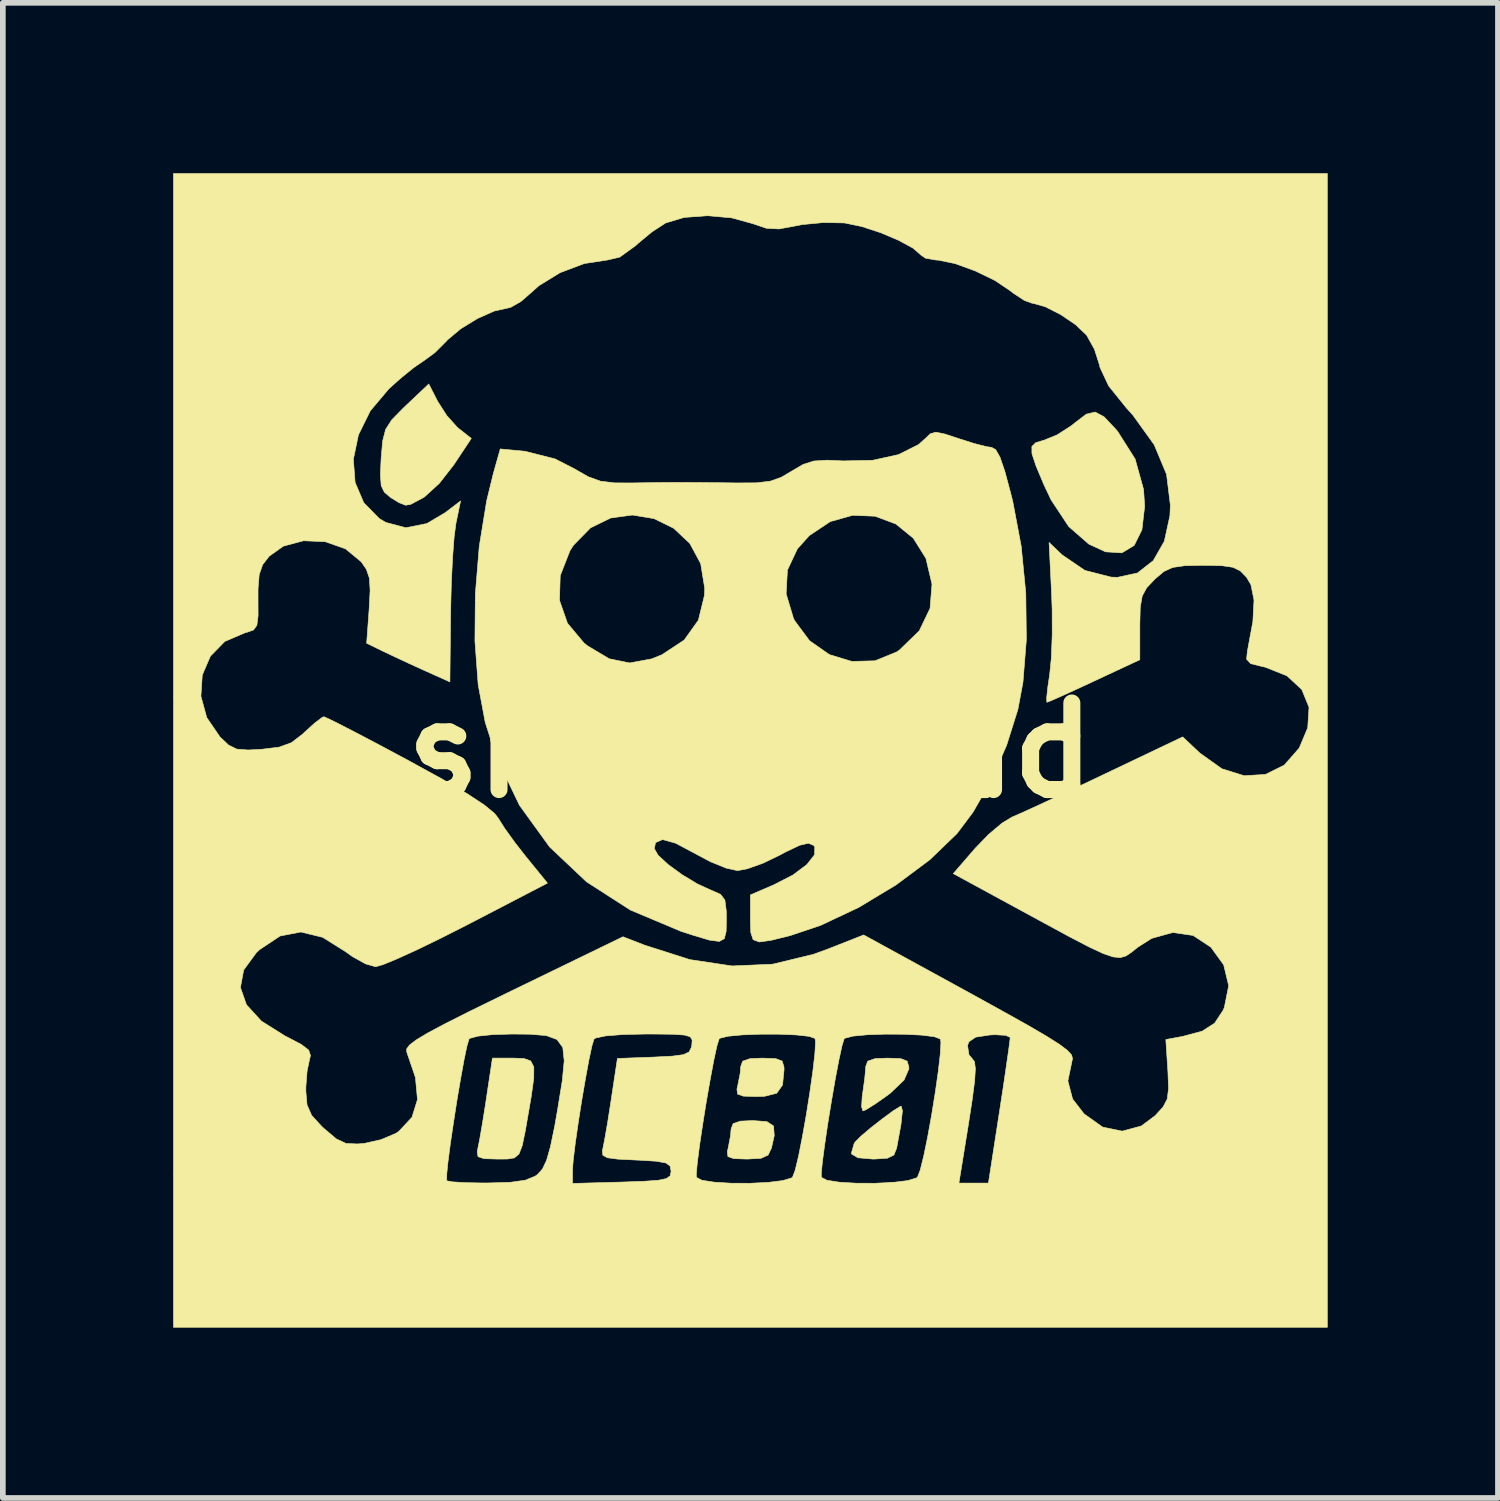
<source format=kicad_pcb>
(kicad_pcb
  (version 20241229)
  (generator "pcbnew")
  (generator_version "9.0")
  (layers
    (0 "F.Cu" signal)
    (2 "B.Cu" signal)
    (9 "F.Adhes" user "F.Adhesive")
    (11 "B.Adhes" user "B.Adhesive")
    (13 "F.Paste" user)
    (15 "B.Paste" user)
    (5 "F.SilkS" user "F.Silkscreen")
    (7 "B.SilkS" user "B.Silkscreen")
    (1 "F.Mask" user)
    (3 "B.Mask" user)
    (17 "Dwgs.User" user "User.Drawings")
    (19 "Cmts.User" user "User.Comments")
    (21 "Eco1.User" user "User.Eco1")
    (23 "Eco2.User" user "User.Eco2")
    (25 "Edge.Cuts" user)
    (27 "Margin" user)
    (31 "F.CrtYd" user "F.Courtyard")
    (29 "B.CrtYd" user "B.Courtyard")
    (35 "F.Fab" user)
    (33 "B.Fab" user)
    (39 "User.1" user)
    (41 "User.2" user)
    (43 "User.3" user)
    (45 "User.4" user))
  (footprint "sheephead"
    (layer "F.Cu")
    (at 10.165 10.165)
    (property "Reference" "sheephead" (at 0 0 0) (layer "F.SilkS") (effects (font (size 1.524 1.524) (thickness 0.3))))
    (attr through_hole)
    (fp_poly (pts (xy 0.29 6.537) (xy 0.408 6.614) (xy 0.42 6.785) (xy 0.37 7.006) (xy 0.312 7.126) (xy 0.188 7.183) (xy -0.051 7.197) (xy -0.062 7.197) (xy -0.294 7.189) (xy -0.396 7.153) (xy -0.406 7.064) (xy -0.392 7.006) (xy -0.35 6.786) (xy -0.34 6.668) (xy -0.305 6.573) (xy -0.177 6.529) (xy 0.042 6.519) (xy 0.29 6.537)) (stroke (width 0.01) (type solid)) (fill yes) (layer "F.SilkS"))
    (fp_poly (pts (xy 0.447 5.428) (xy 0.559 5.471) (xy 0.591 5.573) (xy 0.593 5.623) (xy 0.566 5.893) (xy 0.463 6.038) (xy 0.248 6.092) (xy 0.108 6.096) (xy -0.124 6.089) (xy -0.226 6.052) (xy -0.237 5.964) (xy -0.223 5.905) (xy -0.18 5.686) (xy -0.17 5.567) (xy -0.136 5.473) (xy -0.007 5.428) (xy 0.212 5.419) (xy 0.447 5.428)) (stroke (width 0.01) (type solid)) (fill yes) (layer "F.SilkS"))
    (fp_poly (pts (xy 2.649 5.428) (xy 2.76 5.472) (xy 2.79 5.572) (xy 2.791 5.609) (xy 2.707 5.804) (xy 2.466 6.035) (xy 2.413 6.075) (xy 2.197 6.227) (xy 2.036 6.327) (xy 1.982 6.35) (xy 1.958 6.277) (xy 1.969 6.094) (xy 1.978 6.032) (xy 2.013 5.782) (xy 2.031 5.585) (xy 2.031 5.567) (xy 2.066 5.473) (xy 2.194 5.428) (xy 2.413 5.419) (xy 2.649 5.428)) (stroke (width 0.01) (type solid)) (fill yes) (layer "F.SilkS"))
    (fp_poly (pts (xy 2.677 6.346) (xy 2.652 6.586) (xy 2.58 6.981) (xy 2.575 7.006) (xy 2.527 7.126) (xy 2.412 7.182) (xy 2.182 7.197) (xy 2.157 7.197) (xy 1.893 7.174) (xy 1.782 7.108) (xy 1.779 7.091) (xy 1.827 6.924) (xy 1.843 6.898) (xy 1.943 6.797) (xy 2.12 6.647) (xy 2.327 6.485) (xy 2.515 6.347) (xy 2.638 6.271) (xy 2.656 6.265) (xy 2.677 6.346)) (stroke (width 0.01) (type solid)) (fill yes) (layer "F.SilkS"))
    (fp_poly (pts (xy -5.506 -6.144) (xy -5.346 -5.895) (xy -5.159 -5.687) (xy -5.132 -5.665) (xy -4.915 -5.494) (xy -5.225 -5.027) (xy -5.48 -4.701) (xy -5.745 -4.46) (xy -5.986 -4.331) (xy -6.073 -4.318) (xy -6.187 -4.362) (xy -6.34 -4.456) (xy -6.447 -4.548) (xy -6.502 -4.663) (xy -6.516 -4.852) (xy -6.503 -5.144) (xy -6.476 -5.449) (xy -6.424 -5.653) (xy -6.315 -5.822) (xy -6.116 -6.025) (xy -6.066 -6.073) (xy -5.664 -6.453) (xy -5.506 -6.144)) (stroke (width 0.01) (type solid)) (fill yes) (layer "F.SilkS"))
    (fp_poly (pts (xy -3.986 5.426) (xy -3.869 5.469) (xy -3.814 5.575) (xy -3.815 5.774) (xy -3.86 6.096) (xy -3.897 6.313) (xy -3.965 6.705) (xy -4.018 6.96) (xy -4.075 7.107) (xy -4.155 7.176) (xy -4.276 7.196) (xy -4.456 7.197) (xy -4.691 7.19) (xy -4.797 7.154) (xy -4.811 7.067) (xy -4.799 7.006) (xy -4.765 6.835) (xy -4.716 6.55) (xy -4.661 6.206) (xy -4.648 6.117) (xy -4.543 5.419) (xy -4.176 5.419) (xy -3.986 5.426)) (stroke (width 0.01) (type solid)) (fill yes) (layer "F.SilkS"))
    (fp_poly (pts (xy 6.228 -5.875) (xy 6.431 -5.66) (xy 6.468 -5.617) (xy 6.775 -5.132) (xy 6.924 -4.595) (xy 6.943 -4.297) (xy 6.895 -3.885) (xy 6.759 -3.61) (xy 6.542 -3.479) (xy 6.254 -3.497) (xy 5.96 -3.633) (xy 5.606 -3.942) (xy 5.296 -4.411) (xy 5.171 -4.674) (xy 5.029 -5.012) (xy 4.958 -5.227) (xy 4.957 -5.353) (xy 5.026 -5.42) (xy 5.165 -5.461) (xy 5.168 -5.462) (xy 5.4 -5.556) (xy 5.653 -5.718) (xy 5.718 -5.771) (xy 5.915 -5.921) (xy 6.071 -5.959) (xy 6.228 -5.875)) (stroke (width 0.01) (type solid)) (fill yes) (layer "F.SilkS"))
    (fp_poly (pts (xy 3.423 -5.572) (xy 3.663 -5.493) (xy 3.936 -5.406) (xy 4.16 -5.349) (xy 4.247 -5.337) (xy 4.32 -5.297) (xy 4.395 -5.164) (xy 4.48 -4.917) (xy 4.583 -4.533) (xy 4.621 -4.381) (xy 4.769 -3.596) (xy 4.85 -2.77) (xy 4.86 -1.953) (xy 4.8 -1.2) (xy 4.711 -0.722) (xy 4.513 -0.092) (xy 4.24 0.531) (xy 3.92 1.089) (xy 3.637 1.466) (xy 3.158 1.927) (xy 2.562 2.371) (xy 1.904 2.767) (xy 1.235 3.082) (xy 0.702 3.261) (xy 0.363 3.345) (xy 0.156 3.374) (xy 0.048 3.333) (xy 0.007 3.209) (xy 0.000001 2.989) (xy 0 2.966) (xy 0 2.545) (xy 0.415 2.366) (xy 0.749 2.194) (xy 0.994 2.011) (xy 1.13 1.838) (xy 1.134 1.698) (xy 1.115 1.674) (xy 1.023 1.635) (xy 0.87 1.67) (xy 0.621 1.788) (xy 0.517 1.844) (xy 0.221 1.987) (xy -0.055 2.085) (xy -0.227 2.117) (xy -0.427 2.073) (xy -0.705 1.96) (xy -0.973 1.817) (xy -1.317 1.634) (xy -1.548 1.57) (xy -1.67 1.624) (xy -1.693 1.729) (xy -1.625 1.847) (xy -1.447 2.011) (xy -1.203 2.189) (xy -0.934 2.351) (xy -0.684 2.466) (xy -0.676 2.468) (xy -0.524 2.536) (xy -0.449 2.637) (xy -0.425 2.824) (xy -0.423 2.972) (xy -0.427 3.187) (xy -0.459 3.315) (xy -0.547 3.364) (xy -0.722 3.341) (xy -1.013 3.254) (xy -1.228 3.184) (xy -2.114 2.811) (xy -2.885 2.315) (xy -3.537 1.699) (xy -4.067 0.966) (xy -4.473 0.12) (xy -4.67 -0.495) (xy -4.794 -1.156) (xy -4.851 -1.924) (xy -4.845 -2.642) (xy -3.362 -2.642) (xy -3.221 -2.238) (xy -2.931 -1.892) (xy -2.866 -1.84) (xy -2.487 -1.614) (xy -2.126 -1.54) (xy -1.739 -1.612) (xy -1.558 -1.685) (xy -1.166 -1.943) (xy -0.916 -2.293) (xy -0.808 -2.734) (xy -0.808 -2.758) (xy 0.629 -2.758) (xy 0.759 -2.324) (xy 0.778 -2.286) (xy 1.042 -1.931) (xy 1.391 -1.687) (xy 1.787 -1.567) (xy 2.195 -1.578) (xy 2.576 -1.734) (xy 2.625 -1.767) (xy 2.974 -2.106) (xy 3.164 -2.502) (xy 3.198 -2.929) (xy 3.091 -3.382) (xy 2.869 -3.737) (xy 2.562 -3.987) (xy 2.196 -4.124) (xy 1.801 -4.14) (xy 1.405 -4.029) (xy 1.037 -3.783) (xy 0.827 -3.549) (xy 0.652 -3.176) (xy 0.629 -2.758) (xy -0.808 -2.758) (xy -0.804 -2.851) (xy -0.875 -3.289) (xy -1.067 -3.645) (xy -1.351 -3.912) (xy -1.698 -4.082) (xy -2.077 -4.145) (xy -2.46 -4.093) (xy -2.816 -3.919) (xy -3.115 -3.614) (xy -3.178 -3.516) (xy -3.349 -3.078) (xy -3.362 -2.642) (xy -4.845 -2.642) (xy -4.844 -2.752) (xy -4.775 -3.593) (xy -4.644 -4.398) (xy -4.527 -4.877) (xy -4.405 -5.309) (xy -3.967 -5.267) (xy -3.441 -5.134) (xy -3.105 -4.962) (xy -2.855 -4.819) (xy -2.639 -4.741) (xy -2.388 -4.711) (xy -2.082 -4.71) (xy -1.637 -4.717) (xy -1.264 -4.72) (xy -0.891 -4.718) (xy -0.448 -4.713) (xy -0.248 -4.71) (xy 0.106 -4.712) (xy 0.35 -4.741) (xy 0.544 -4.81) (xy 0.726 -4.917) (xy 0.928 -5.036) (xy 1.116 -5.096) (xy 1.353 -5.111) (xy 1.634 -5.098) (xy 2.153 -5.109) (xy 2.608 -5.209) (xy 2.961 -5.386) (xy 3.081 -5.493) (xy 3.17 -5.577) (xy 3.267 -5.604) (xy 3.423 -5.572)) (stroke (width 0.01) (type solid)) (fill yes) (layer "F.SilkS"))
    (fp_poly (pts (xy 10.16 10.16) (xy -10.16 10.16) (xy -10.16 7.626) (xy -3.133 7.626) (xy -2.265 7.602) (xy -1.873 7.588) (xy -1.621 7.57) (xy -1.478 7.54) (xy -1.413 7.492) (xy -1.406 7.459) (xy -0.953 7.459) (xy -0.951 7.519) (xy -0.854 7.57) (xy -0.635 7.604) (xy -0.337 7.622) (xy -0.007 7.623) (xy 0.31 7.608) (xy 0.569 7.576) (xy 0.725 7.529) (xy 0.743 7.514) (xy 0.764 7.459) (xy 1.248 7.459) (xy 1.251 7.519) (xy 1.347 7.57) (xy 1.566 7.604) (xy 1.864 7.622) (xy 2.194 7.623) (xy 2.252 7.62) (xy 3.672 7.62) (xy 4.192 7.62) (xy 4.385 6.371) (xy 4.453 5.929) (xy 4.509 5.546) (xy 4.551 5.254) (xy 4.573 5.083) (xy 4.575 5.054) (xy 4.498 5.018) (xy 4.308 5.007) (xy 4.213 5.012) (xy 3.967 5.05) (xy 3.848 5.131) (xy 3.824 5.197) (xy 3.849 5.362) (xy 3.904 5.425) (xy 3.947 5.483) (xy 3.962 5.606) (xy 3.949 5.821) (xy 3.906 6.152) (xy 3.844 6.557) (xy 3.672 7.62) (xy 2.252 7.62) (xy 2.511 7.608) (xy 2.77 7.576) (xy 2.925 7.529) (xy 2.943 7.514) (xy 2.991 7.39) (xy 3.053 7.141) (xy 3.122 6.804) (xy 3.192 6.418) (xy 3.256 6.02) (xy 3.309 5.65) (xy 3.344 5.344) (xy 3.355 5.141) (xy 3.346 5.083) (xy 3.24 5.042) (xy 3.012 5.014) (xy 2.708 4.999) (xy 2.375 4.997) (xy 2.059 5.008) (xy 1.806 5.032) (xy 1.664 5.069) (xy 1.65 5.081) (xy 1.613 5.202) (xy 1.559 5.45) (xy 1.495 5.786) (xy 1.428 6.173) (xy 1.363 6.572) (xy 1.308 6.945) (xy 1.267 7.253) (xy 1.248 7.459) (xy 0.764 7.459) (xy 0.788 7.394) (xy 0.848 7.147) (xy 0.914 6.812) (xy 0.983 6.426) (xy 1.046 6.028) (xy 1.099 5.655) (xy 1.135 5.346) (xy 1.147 5.138) (xy 1.139 5.073) (xy 1.035 5.036) (xy 0.809 5.011) (xy 0.506 4.998) (xy 0.174 4.998) (xy -0.142 5.01) (xy -0.394 5.034) (xy -0.537 5.069) (xy -0.551 5.081) (xy -0.589 5.202) (xy -0.643 5.45) (xy -0.706 5.786) (xy -0.774 6.173) (xy -0.838 6.572) (xy -0.894 6.945) (xy -0.934 7.253) (xy -0.953 7.459) (xy -1.406 7.459) (xy -1.397 7.419) (xy -1.397 7.408) (xy -1.414 7.32) (xy -1.488 7.266) (xy -1.656 7.235) (xy -1.951 7.217) (xy -2.019 7.214) (xy -2.337 7.198) (xy -2.519 7.174) (xy -2.598 7.13) (xy -2.607 7.054) (xy -2.596 7.002) (xy -2.563 6.833) (xy -2.514 6.55) (xy -2.46 6.207) (xy -2.447 6.12) (xy -2.342 5.425) (xy -1.7 5.401) (xy -1.373 5.384) (xy -1.178 5.358) (xy -1.079 5.31) (xy -1.039 5.228) (xy -1.031 5.186) (xy -1.026 5.099) (xy -1.059 5.044) (xy -1.161 5.013) (xy -1.362 4.999) (xy -1.691 4.995) (xy -1.852 4.995) (xy -2.249 5.004) (xy -2.55 5.028) (xy -2.725 5.065) (xy -2.754 5.084) (xy -2.791 5.204) (xy -2.844 5.452) (xy -2.906 5.789) (xy -2.972 6.173) (xy -3.033 6.566) (xy -3.085 6.927) (xy -3.12 7.217) (xy -3.133 7.39) (xy -3.133 7.626) (xy -10.16 7.626) (xy -10.16 7.478) (xy -5.349 7.478) (xy -5.348 7.578) (xy -5.347 7.579) (xy -5.249 7.598) (xy -5.024 7.612) (xy -4.717 7.618) (xy -4.621 7.618) (xy -4.229 7.606) (xy -3.965 7.569) (xy -3.792 7.499) (xy -3.751 7.47) (xy -3.663 7.374) (xy -3.589 7.218) (xy -3.52 6.974) (xy -3.445 6.61) (xy -3.393 6.312) (xy -3.313 5.818) (xy -3.279 5.466) (xy -3.304 5.232) (xy -3.405 5.092) (xy -3.594 5.022) (xy -3.889 4.998) (xy -4.199 4.995) (xy -4.536 5.005) (xy -4.797 5.032) (xy -4.942 5.071) (xy -4.955 5.083) (xy -4.99 5.199) (xy -5.041 5.44) (xy -5.101 5.77) (xy -5.166 6.151) (xy -5.228 6.549) (xy -5.284 6.927) (xy -5.326 7.249) (xy -5.349 7.478) (xy -10.16 7.478) (xy -10.16 -0.954) (xy -9.677 -0.954) (xy -9.574 -0.578) (xy -9.341 -0.237) (xy -9.19 -0.094) (xy -9.046 -0.023) (xy -8.846 -0.007) (xy -8.614 -0.019) (xy -8.301 -0.057) (xy -8.083 -0.136) (xy -7.887 -0.286) (xy -7.848 -0.323) (xy -7.67 -0.484) (xy -7.541 -0.581) (xy -7.511 -0.593) (xy -7.422 -0.554) (xy -7.207 -0.447) (xy -6.892 -0.284) (xy -6.499 -0.077) (xy -6.053 0.162) (xy -6.005 0.188) (xy -5.427 0.505) (xy -4.992 0.76) (xy -4.689 0.959) (xy -4.506 1.109) (xy -4.443 1.19) (xy -4.33 1.369) (xy -4.149 1.621) (xy -3.951 1.874) (xy -3.574 2.337) (xy -4.992 3.074) (xy -5.45 3.306) (xy -5.867 3.509) (xy -6.216 3.668) (xy -6.47 3.773) (xy -6.601 3.81) (xy -6.778 3.759) (xy -7.01 3.63) (xy -7.119 3.551) (xy -7.532 3.292) (xy -7.917 3.198) (xy -8.283 3.269) (xy -8.64 3.506) (xy -8.702 3.564) (xy -8.924 3.868) (xy -8.981 4.176) (xy -8.875 4.479) (xy -8.612 4.767) (xy -8.193 5.03) (xy -8.166 5.043) (xy -7.909 5.178) (xy -7.779 5.278) (xy -7.747 5.373) (xy -7.766 5.451) (xy -7.807 5.649) (xy -7.828 5.92) (xy -7.829 5.999) (xy -7.808 6.243) (xy -7.727 6.427) (xy -7.549 6.622) (xy -7.502 6.665) (xy -7.292 6.842) (xy -7.122 6.922) (xy -6.919 6.931) (xy -6.796 6.92) (xy -6.505 6.855) (xy -6.247 6.746) (xy -6.192 6.71) (xy -5.96 6.461) (xy -5.863 6.149) (xy -5.899 5.76) (xy -6.052 5.311) (xy -6.053 5.256) (xy -6.003 5.188) (xy -5.885 5.098) (xy -5.683 4.977) (xy -5.381 4.816) (xy -4.963 4.605) (xy -4.414 4.336) (xy -4.18 4.222) (xy -2.244 3.282) (xy -1.863 3.43) (xy -1.063 3.685) (xy -0.322 3.796) (xy 0.391 3.765) (xy 1.107 3.592) (xy 1.357 3.501) (xy 1.995 3.25) (xy 3.863 4.273) (xy 4.441 4.592) (xy 4.887 4.841) (xy 5.215 5.033) (xy 5.441 5.176) (xy 5.582 5.282) (xy 5.655 5.362) (xy 5.673 5.426) (xy 5.665 5.463) (xy 5.591 5.821) (xy 5.674 6.139) (xy 5.876 6.401) (xy 6.204 6.634) (xy 6.548 6.705) (xy 6.885 6.614) (xy 7.128 6.432) (xy 7.268 6.279) (xy 7.341 6.139) (xy 7.364 5.952) (xy 7.353 5.66) (xy 7.351 5.633) (xy 7.316 5.092) (xy 7.615 5.036) (xy 7.955 4.945) (xy 8.175 4.804) (xy 8.323 4.58) (xy 8.346 4.528) (xy 8.423 4.144) (xy 8.335 3.777) (xy 8.11 3.466) (xy 7.796 3.259) (xy 7.439 3.207) (xy 7.068 3.31) (xy 6.823 3.465) (xy 6.71 3.556) (xy 6.615 3.62) (xy 6.515 3.649) (xy 6.388 3.637) (xy 6.214 3.578) (xy 5.97 3.464) (xy 5.635 3.29) (xy 5.186 3.047) (xy 4.809 2.842) (xy 3.573 2.17) (xy 3.957 1.726) (xy 4.194 1.481) (xy 4.432 1.28) (xy 4.604 1.176) (xy 4.766 1.105) (xy 5.05 0.976) (xy 5.424 0.802) (xy 5.86 0.597) (xy 6.241 0.416) (xy 7.613 -0.238) (xy 7.915 0.047) (xy 8.302 0.323) (xy 8.696 0.446) (xy 9.071 0.423) (xy 9.402 0.259) (xy 9.665 -0.041) (xy 9.815 -0.398) (xy 9.838 -0.758) (xy 9.711 -1.071) (xy 9.448 -1.314) (xy 9.066 -1.466) (xy 9.009 -1.478) (xy 8.81 -1.528) (xy 8.738 -1.606) (xy 8.753 -1.756) (xy 8.755 -1.762) (xy 8.849 -2.269) (xy 8.869 -2.646) (xy 8.815 -2.917) (xy 8.738 -3.048) (xy 8.628 -3.161) (xy 8.497 -3.225) (xy 8.295 -3.253) (xy 7.973 -3.26) (xy 7.972 -3.26) (xy 7.647 -3.253) (xy 7.436 -3.222) (xy 7.282 -3.151) (xy 7.13 -3.023) (xy 7.118 -3.011) (xy 6.979 -2.864) (xy 6.901 -2.721) (xy 6.866 -2.526) (xy 6.858 -2.225) (xy 6.858 -2.18) (xy 6.858 -1.597) (xy 6.055 -1.222) (xy 5.721 -1.067) (xy 5.449 -0.943) (xy 5.272 -0.866) (xy 5.221 -0.847) (xy 5.217 -0.922) (xy 5.238 -1.119) (xy 5.27 -1.333) (xy 5.3 -1.63) (xy 5.315 -2.033) (xy 5.314 -2.478) (xy 5.305 -2.741) (xy 5.26 -3.662) (xy 5.487 -3.445) (xy 5.89 -3.17) (xy 6.352 -3.052) (xy 6.464 -3.048) (xy 6.816 -3.124) (xy 7.095 -3.342) (xy 7.29 -3.684) (xy 7.388 -4.133) (xy 7.396 -4.318) (xy 7.329 -4.861) (xy 7.111 -5.383) (xy 6.736 -5.904) (xy 6.62 -6.033) (xy 6.309 -6.419) (xy 6.156 -6.746) (xy 6.148 -6.786) (xy 6.059 -7.064) (xy 5.922 -7.311) (xy 5.916 -7.317) (xy 5.726 -7.498) (xy 5.464 -7.675) (xy 5.193 -7.813) (xy 4.977 -7.874) (xy 4.963 -7.874) (xy 4.823 -7.925) (xy 4.629 -8.053) (xy 4.577 -8.094) (xy 4.306 -8.276) (xy 3.959 -8.444) (xy 3.605 -8.573) (xy 3.308 -8.634) (xy 3.264 -8.636) (xy 3.084 -8.668) (xy 3.005 -8.722) (xy 2.864 -8.845) (xy 2.61 -8.983) (xy 2.291 -9.118) (xy 1.96 -9.226) (xy 1.666 -9.287) (xy 1.649 -9.289) (xy 1.29 -9.296) (xy 0.914 -9.26) (xy 0.791 -9.236) (xy 0.503 -9.183) (xy 0.281 -9.195) (xy 0.043 -9.276) (xy -0.332 -9.379) (xy -0.758 -9.416) (xy -1.167 -9.386) (xy -1.49 -9.289) (xy -1.494 -9.287) (xy -1.733 -9.132) (xy -1.978 -8.929) (xy -2.017 -8.892) (xy -2.301 -8.687) (xy -2.518 -8.636) (xy -2.925 -8.574) (xy -3.354 -8.412) (xy -3.727 -8.182) (xy -3.845 -8.076) (xy -4.043 -7.904) (xy -4.222 -7.802) (xy -4.279 -7.789) (xy -4.512 -7.737) (xy -4.808 -7.605) (xy -5.101 -7.425) (xy -5.331 -7.233) (xy -5.36 -7.201) (xy -5.554 -7.007) (xy -5.751 -6.862) (xy -5.759 -6.857) (xy -5.926 -6.743) (xy -6.158 -6.555) (xy -6.366 -6.369) (xy -6.694 -5.98) (xy -6.903 -5.556) (xy -6.992 -5.126) (xy -6.961 -4.718) (xy -6.809 -4.361) (xy -6.535 -4.082) (xy -6.422 -4.015) (xy -6.069 -3.921) (xy -5.698 -3.995) (xy -5.374 -4.187) (xy -5.104 -4.393) (xy -5.186 -3.996) (xy -5.217 -3.763) (xy -5.244 -3.405) (xy -5.266 -2.969) (xy -5.278 -2.498) (xy -5.28 -2.402) (xy -5.292 -1.206) (xy -5.715 -1.396) (xy -6.027 -1.538) (xy -6.332 -1.681) (xy -6.448 -1.736) (xy -6.758 -1.887) (xy -6.714 -2.489) (xy -6.697 -2.819) (xy -6.71 -3.035) (xy -6.763 -3.19) (xy -6.853 -3.321) (xy -7.131 -3.55) (xy -7.487 -3.675) (xy -7.868 -3.692) (xy -8.223 -3.598) (xy -8.474 -3.42) (xy -8.59 -3.27) (xy -8.65 -3.098) (xy -8.671 -2.845) (xy -8.671 -2.664) (xy -8.67 -2.37) (xy -8.691 -2.204) (xy -8.75 -2.121) (xy -8.862 -2.081) (xy -8.899 -2.072) (xy -9.256 -1.919) (xy -9.51 -1.659) (xy -9.653 -1.326) (xy -9.677 -0.954) (xy -10.16 -0.954) (xy -10.16 -10.16) (xy 10.16 -10.16) (xy 10.16 10.16)) (stroke (width 0.01) (type solid)) (fill yes) (layer "F.SilkS")))
  (gr_rect
    (start -3 -3)
    (end 23.33 23.33)
    (stroke (width 0.1) (type default))
    (fill no)
    (layer "Edge.Cuts")))
</source>
